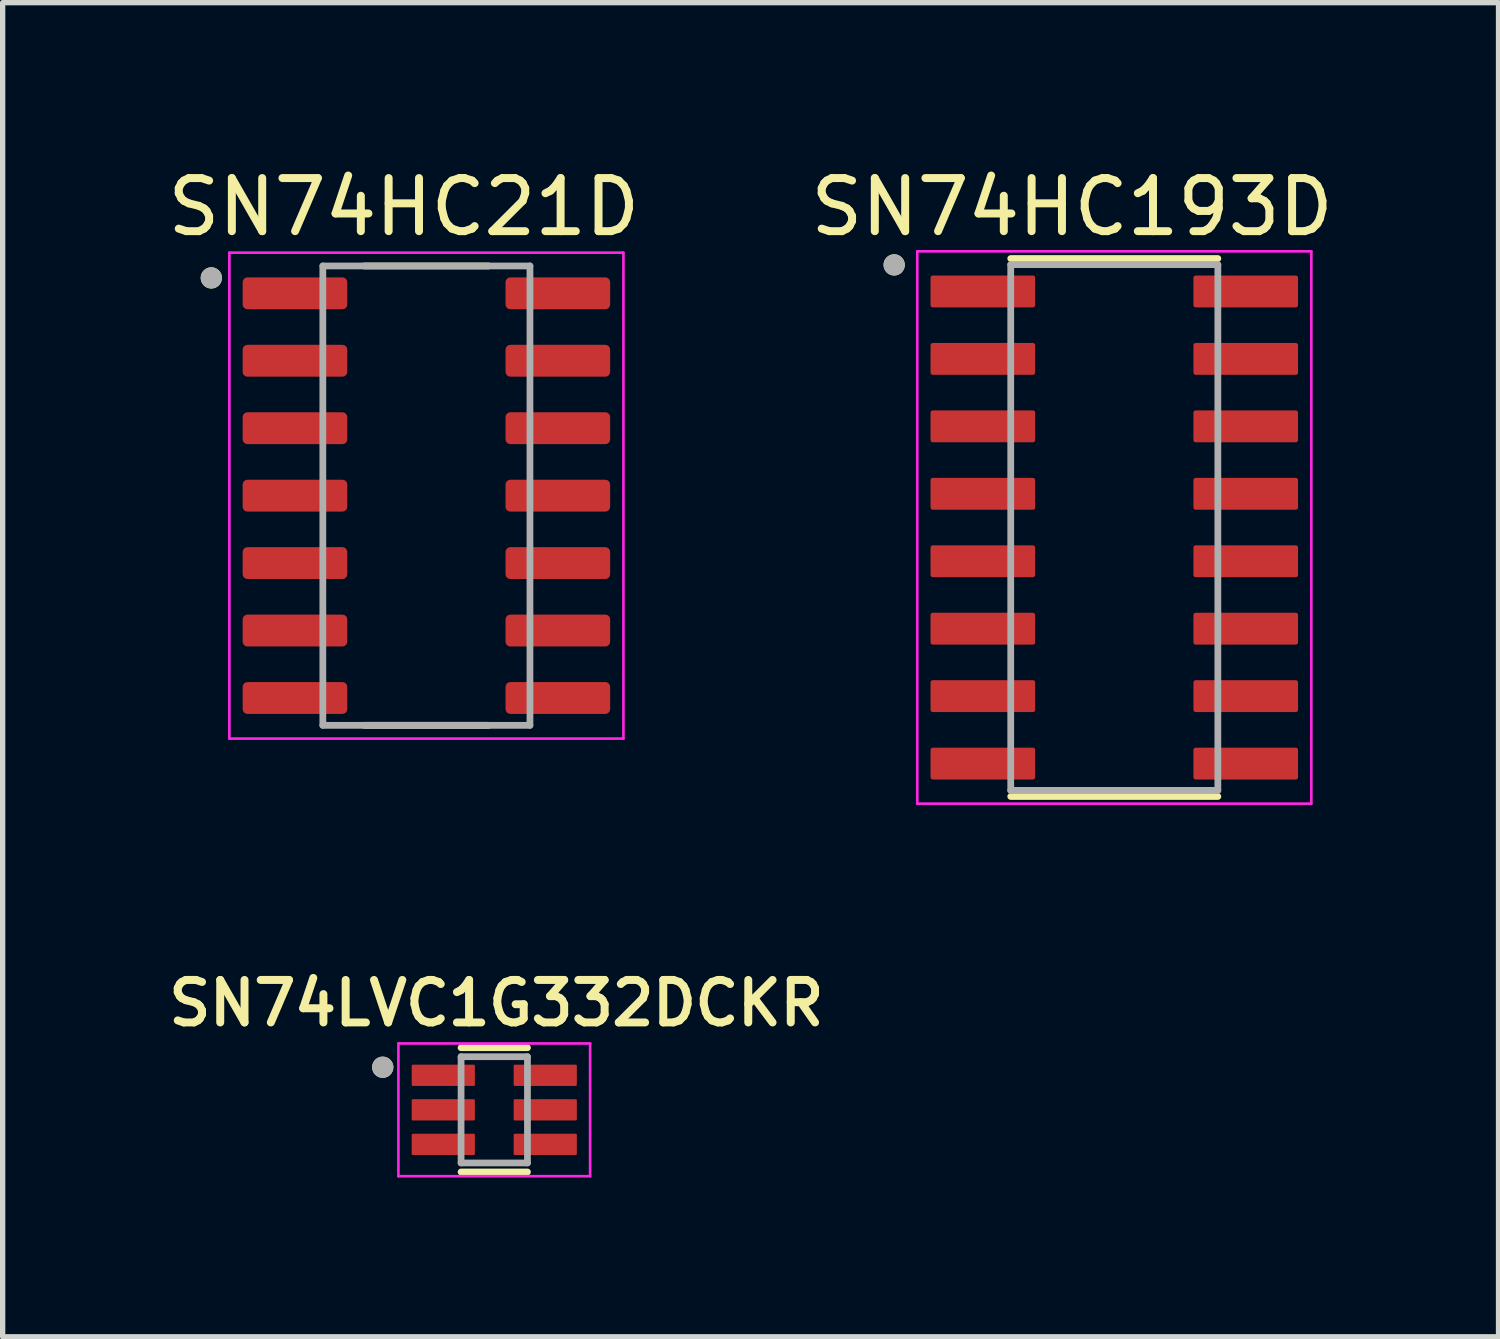
<source format=kicad_pcb>
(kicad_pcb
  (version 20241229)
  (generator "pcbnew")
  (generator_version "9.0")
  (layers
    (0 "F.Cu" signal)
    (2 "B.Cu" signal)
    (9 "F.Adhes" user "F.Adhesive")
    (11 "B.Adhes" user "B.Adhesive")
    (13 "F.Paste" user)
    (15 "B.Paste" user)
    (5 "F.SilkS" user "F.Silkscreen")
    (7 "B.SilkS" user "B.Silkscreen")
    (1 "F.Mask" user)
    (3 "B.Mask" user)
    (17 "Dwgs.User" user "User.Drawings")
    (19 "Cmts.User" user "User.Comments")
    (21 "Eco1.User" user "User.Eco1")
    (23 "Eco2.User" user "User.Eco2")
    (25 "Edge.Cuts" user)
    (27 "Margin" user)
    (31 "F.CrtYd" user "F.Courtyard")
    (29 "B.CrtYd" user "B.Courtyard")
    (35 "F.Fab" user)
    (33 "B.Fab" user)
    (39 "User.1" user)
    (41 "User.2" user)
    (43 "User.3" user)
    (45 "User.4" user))
  (footprint "SN74HC21D"
    (layer "F.Cu")
    (at 4.979 6.283)
    (property "Reference" "SN74HC21D" (at -0.425 -5.435 0) (layer "F.SilkS") (effects (font (size 1 1) (thickness 0.15))))
    (attr smd)
    (fp_line (start -1.17 -4.325) (end 1.17 -4.325) (stroke (width 0.127) (type solid)) (layer "F.SilkS"))
    (fp_line (start -1.17 4.325) (end 1.17 4.325) (stroke (width 0.127) (type solid)) (layer "F.SilkS"))
    (fp_circle (center -4.05 -4.1) (end -3.95 -4.1) (stroke (width 0.2) (type solid)) (fill no) (layer "F.SilkS"))
    (fp_line (start -3.71 -4.575) (end 3.71 -4.575) (stroke (width 0.05) (type solid)) (layer "F.CrtYd"))
    (fp_line (start -3.71 4.575) (end -3.71 -4.575) (stroke (width 0.05) (type solid)) (layer "F.CrtYd"))
    (fp_line (start 3.71 -4.575) (end 3.71 4.575) (stroke (width 0.05) (type solid)) (layer "F.CrtYd"))
    (fp_line (start 3.71 4.575) (end -3.71 4.575) (stroke (width 0.05) (type solid)) (layer "F.CrtYd"))
    (fp_line (start -1.95 -4.325) (end 1.95 -4.325) (stroke (width 0.127) (type solid)) (layer "F.Fab"))
    (fp_line (start -1.95 4.325) (end -1.95 -4.325) (stroke (width 0.127) (type solid)) (layer "F.Fab"))
    (fp_line (start 1.95 -4.325) (end 1.95 4.325) (stroke (width 0.127) (type solid)) (layer "F.Fab"))
    (fp_line (start 1.95 4.325) (end -1.95 4.325) (stroke (width 0.127) (type solid)) (layer "F.Fab"))
    (fp_circle (center -4.05 -4.1) (end -3.95 -4.1) (stroke (width 0.2) (type solid)) (fill no) (layer "F.Fab"))
    (pad "1" smd roundrect (at -2.475 -3.81) (size 1.97 0.6) (layers "F.Cu" "F.Mask" "F.Paste") (roundrect_rratio 0.15))
    (pad "2" smd roundrect (at -2.475 -2.54) (size 1.97 0.6) (layers "F.Cu" "F.Mask" "F.Paste") (roundrect_rratio 0.15))
    (pad "3" smd roundrect (at -2.475 -1.27) (size 1.97 0.6) (layers "F.Cu" "F.Mask" "F.Paste") (roundrect_rratio 0.15))
    (pad "4" smd roundrect (at -2.475 0) (size 1.97 0.6) (layers "F.Cu" "F.Mask" "F.Paste") (roundrect_rratio 0.15))
    (pad "5" smd roundrect (at -2.475 1.27) (size 1.97 0.6) (layers "F.Cu" "F.Mask" "F.Paste") (roundrect_rratio 0.15))
    (pad "6" smd roundrect (at -2.475 2.54) (size 1.97 0.6) (layers "F.Cu" "F.Mask" "F.Paste") (roundrect_rratio 0.15))
    (pad "7" smd roundrect (at -2.475 3.81) (size 1.97 0.6) (layers "F.Cu" "F.Mask" "F.Paste") (roundrect_rratio 0.15))
    (pad "8" smd roundrect (at 2.475 3.81) (size 1.97 0.6) (layers "F.Cu" "F.Mask" "F.Paste") (roundrect_rratio 0.15))
    (pad "9" smd roundrect (at 2.475 2.54) (size 1.97 0.6) (layers "F.Cu" "F.Mask" "F.Paste") (roundrect_rratio 0.15))
    (pad "10" smd roundrect (at 2.475 1.27) (size 1.97 0.6) (layers "F.Cu" "F.Mask" "F.Paste") (roundrect_rratio 0.15))
    (pad "11" smd roundrect (at 2.475 0) (size 1.97 0.6) (layers "F.Cu" "F.Mask" "F.Paste") (roundrect_rratio 0.15))
    (pad "12" smd roundrect (at 2.475 -1.27) (size 1.97 0.6) (layers "F.Cu" "F.Mask" "F.Paste") (roundrect_rratio 0.15))
    (pad "13" smd roundrect (at 2.475 -2.54) (size 1.97 0.6) (layers "F.Cu" "F.Mask" "F.Paste") (roundrect_rratio 0.15))
    (pad "14" smd roundrect (at 2.475 -3.81) (size 1.97 0.6) (layers "F.Cu" "F.Mask" "F.Paste") (roundrect_rratio 0.15)))
  (footprint "SN74HC193D"
    (layer "F.Cu")
    (at 17.932 6.883)
    (property "Reference" "SN74HC193D" (at -0.795 -6.035 0) (layer "F.SilkS") (effects (font (size 1 1) (thickness 0.15))))
    (attr smd)
    (fp_line (start -1.95 -5.065) (end 1.95 -5.065) (stroke (width 0.127) (type solid)) (layer "F.SilkS"))
    (fp_line (start -1.95 5.065) (end 1.95 5.065) (stroke (width 0.127) (type solid)) (layer "F.SilkS"))
    (fp_circle (center -4.145 -4.945) (end -4.045 -4.945) (stroke (width 0.2) (type solid)) (fill no) (layer "F.SilkS"))
    (fp_line (start -3.71 -5.2) (end -3.71 5.2) (stroke (width 0.05) (type solid)) (layer "F.CrtYd"))
    (fp_line (start -3.71 -5.2) (end 3.71 -5.2) (stroke (width 0.05) (type solid)) (layer "F.CrtYd"))
    (fp_line (start -3.71 5.2) (end 3.71 5.2) (stroke (width 0.05) (type solid)) (layer "F.CrtYd"))
    (fp_line (start 3.71 -5.2) (end 3.71 5.2) (stroke (width 0.05) (type solid)) (layer "F.CrtYd"))
    (fp_line (start -1.95 -4.95) (end -1.95 4.95) (stroke (width 0.127) (type solid)) (layer "F.Fab"))
    (fp_line (start -1.95 -4.95) (end 1.95 -4.95) (stroke (width 0.127) (type solid)) (layer "F.Fab"))
    (fp_line (start -1.95 4.95) (end 1.95 4.95) (stroke (width 0.127) (type solid)) (layer "F.Fab"))
    (fp_line (start 1.95 -4.95) (end 1.95 4.95) (stroke (width 0.127) (type solid)) (layer "F.Fab"))
    (fp_circle (center -4.145 -4.945) (end -4.045 -4.945) (stroke (width 0.2) (type solid)) (fill no) (layer "F.Fab"))
    (pad "1" smd roundrect (at -2.475 -4.445) (size 1.97 0.6) (layers "F.Cu" "F.Mask" "F.Paste") (roundrect_rratio 0.07))
    (pad "2" smd roundrect (at -2.475 -3.175) (size 1.97 0.6) (layers "F.Cu" "F.Mask" "F.Paste") (roundrect_rratio 0.07))
    (pad "3" smd roundrect (at -2.475 -1.905) (size 1.97 0.6) (layers "F.Cu" "F.Mask" "F.Paste") (roundrect_rratio 0.07))
    (pad "4" smd roundrect (at -2.475 -0.635) (size 1.97 0.6) (layers "F.Cu" "F.Mask" "F.Paste") (roundrect_rratio 0.07))
    (pad "5" smd roundrect (at -2.475 0.635) (size 1.97 0.6) (layers "F.Cu" "F.Mask" "F.Paste") (roundrect_rratio 0.07))
    (pad "6" smd roundrect (at -2.475 1.905) (size 1.97 0.6) (layers "F.Cu" "F.Mask" "F.Paste") (roundrect_rratio 0.07))
    (pad "7" smd roundrect (at -2.475 3.175) (size 1.97 0.6) (layers "F.Cu" "F.Mask" "F.Paste") (roundrect_rratio 0.07))
    (pad "8" smd roundrect (at -2.475 4.445) (size 1.97 0.6) (layers "F.Cu" "F.Mask" "F.Paste") (roundrect_rratio 0.07))
    (pad "9" smd roundrect (at 2.475 4.445) (size 1.97 0.6) (layers "F.Cu" "F.Mask" "F.Paste") (roundrect_rratio 0.07))
    (pad "10" smd roundrect (at 2.475 3.175) (size 1.97 0.6) (layers "F.Cu" "F.Mask" "F.Paste") (roundrect_rratio 0.07))
    (pad "11" smd roundrect (at 2.475 1.905) (size 1.97 0.6) (layers "F.Cu" "F.Mask" "F.Paste") (roundrect_rratio 0.07))
    (pad "12" smd roundrect (at 2.475 0.635) (size 1.97 0.6) (layers "F.Cu" "F.Mask" "F.Paste") (roundrect_rratio 0.07))
    (pad "13" smd roundrect (at 2.475 -0.635) (size 1.97 0.6) (layers "F.Cu" "F.Mask" "F.Paste") (roundrect_rratio 0.07))
    (pad "14" smd roundrect (at 2.475 -1.905) (size 1.97 0.6) (layers "F.Cu" "F.Mask" "F.Paste") (roundrect_rratio 0.07))
    (pad "15" smd roundrect (at 2.475 -3.175) (size 1.97 0.6) (layers "F.Cu" "F.Mask" "F.Paste") (roundrect_rratio 0.07))
    (pad "16" smd roundrect (at 2.475 -4.445) (size 1.97 0.6) (layers "F.Cu" "F.Mask" "F.Paste") (roundrect_rratio 0.07)))
  (footprint "SN74LVC1G332DCKR"
    (layer "F.Cu")
    (at 6.257 17.848)
    (property "Reference" "SN74LVC1G332DCKR" (at 0.04 -2.008 0) (layer "F.SilkS") (effects (font (size 0.8 0.8) (thickness 0.15))))
    (attr smd)
    (fp_line (start -0.625 -1.17) (end 0.625 -1.17) (stroke (width 0.127) (type solid)) (layer "F.SilkS"))
    (fp_line (start -0.625 1.17) (end 0.625 1.17) (stroke (width 0.127) (type solid)) (layer "F.SilkS"))
    (fp_circle (center -2.1 -0.802) (end -2 -0.802) (stroke (width 0.2) (type solid)) (fill no) (layer "F.SilkS"))
    (fp_line (start -1.805 -1.25) (end -1.805 1.25) (stroke (width 0.05) (type solid)) (layer "F.CrtYd"))
    (fp_line (start -1.805 1.25) (end 1.805 1.25) (stroke (width 0.05) (type solid)) (layer "F.CrtYd"))
    (fp_line (start 1.805 -1.25) (end -1.805 -1.25) (stroke (width 0.05) (type solid)) (layer "F.CrtYd"))
    (fp_line (start 1.805 1.25) (end 1.805 -1.25) (stroke (width 0.05) (type solid)) (layer "F.CrtYd"))
    (fp_line (start -0.625 -1) (end -0.625 1) (stroke (width 0.127) (type solid)) (layer "F.Fab"))
    (fp_line (start -0.625 1) (end 0.625 1) (stroke (width 0.127) (type solid)) (layer "F.Fab"))
    (fp_line (start 0.625 -1) (end -0.625 -1) (stroke (width 0.127) (type solid)) (layer "F.Fab"))
    (fp_line (start 0.625 1) (end 0.625 -1) (stroke (width 0.127) (type solid)) (layer "F.Fab"))
    (fp_circle (center -2.1 -0.802) (end -2 -0.802) (stroke (width 0.2) (type solid)) (fill no) (layer "F.Fab"))
    (pad "1" smd roundrect (at -0.96 -0.65) (size 1.19 0.4) (layers "F.Cu" "F.Mask" "F.Paste") (roundrect_rratio 0.05))
    (pad "2" smd roundrect (at -0.96 0) (size 1.19 0.4) (layers "F.Cu" "F.Mask" "F.Paste") (roundrect_rratio 0.05))
    (pad "3" smd roundrect (at -0.96 0.65) (size 1.19 0.4) (layers "F.Cu" "F.Mask" "F.Paste") (roundrect_rratio 0.05))
    (pad "4" smd roundrect (at 0.96 0.65 180) (size 1.19 0.4) (layers "F.Cu" "F.Mask" "F.Paste") (roundrect_rratio 0.05))
    (pad "5" smd roundrect (at 0.96 0 180) (size 1.19 0.4) (layers "F.Cu" "F.Mask" "F.Paste") (roundrect_rratio 0.05))
    (pad "6" smd roundrect (at 0.96 -0.65 180) (size 1.19 0.4) (layers "F.Cu" "F.Mask" "F.Paste") (roundrect_rratio 0.05)))
  (gr_rect
    (start -3 -3)
    (end 25.167 22.122)
    (stroke (width 0.1) (type default))
    (fill no)
    (layer "Edge.Cuts")))
</source>
